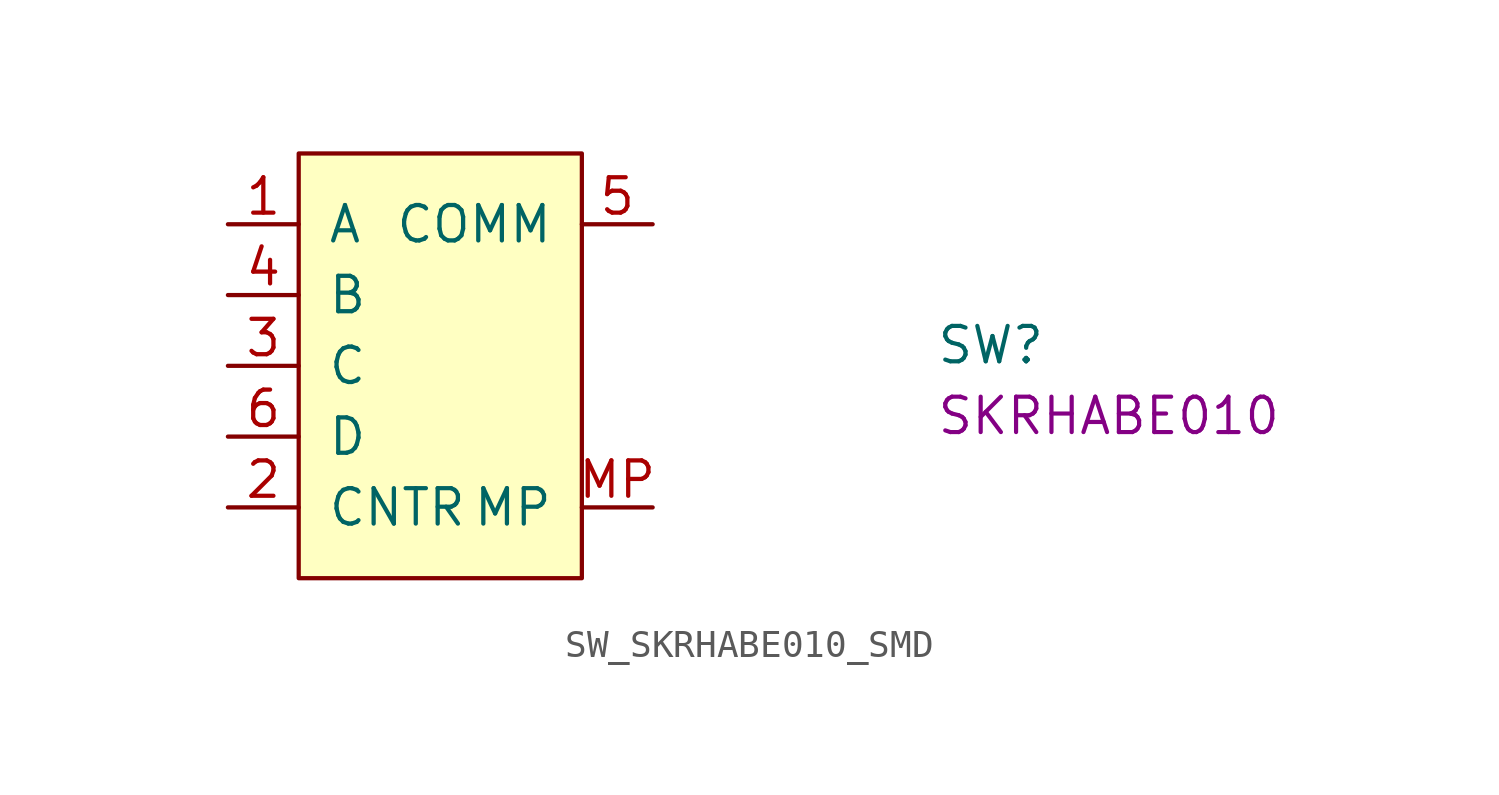
<source format=kicad_sym>
(kicad_symbol_lib
  (version 20220914)
  (generator kicad_symbol_editor)
  (symbol "SW_SKRHABE010_SMD"
    (pin_names
      (offset 1.016))
    (property "Reference" "SW"
      (at 25.4 -5.08 0)
      (effects (font (size 1.27 1.27) (thickness 0.15)) (justify left bottom)))
    (property "MPN" "SKRHABE010"
      (at 25.4 -7.62 0)
      (effects (font (size 1.27 1.27) (thickness 0.15)) (justify left bottom)))
    (symbol "SW_SKRHABE010_SMD_0_0"
      (pin passive line (at 0 -5.08 0) (length 2.54) (name "C" (effects (font (size 1.27 1.27)))) (number "3" (effects (font (size 1.27 1.27)))))
      (pin passive line (at 0 -2.54 0) (length 2.54) (name "B" (effects (font (size 1.27 1.27)))) (number "4" (effects (font (size 1.27 1.27)))))
      (pin passive line (at 15.24 0 180) (length 2.54) (name "COMM" (effects (font (size 1.27 1.27)))) (number "5" (effects (font (size 1.27 1.27)))))
      (pin passive line (at 0 -7.62 0) (length 2.54) (name "D" (effects (font (size 1.27 1.27)))) (number "6" (effects (font (size 1.27 1.27)))))
      (pin passive line (at 15.24 -10.16 180) (length 2.54) (name "MP" (effects (font (size 1.27 1.27)))) (number "MP" (effects (font (size 1.27 1.27))))))
    (symbol "SW_SKRHABE010_SMD_0_1"
      (rectangle (start 2.54 2.54) (end 12.7 -12.7) (stroke (width 0) (type default)) (fill (type background))))
    (symbol "SW_SKRHABE010_SMD_1_1"
      (pin passive line (at 0 0 0) (length 2.54) (name "A" (effects (font (size 1.27 1.27)))) (number "1" (effects (font (size 1.27 1.27)))))
      (pin passive line (at 0 -10.16 0) (length 2.54) (name "CNTR" (effects (font (size 1.27 1.27)))) (number "2" (effects (font (size 1.27 1.27))))))))
</source>
